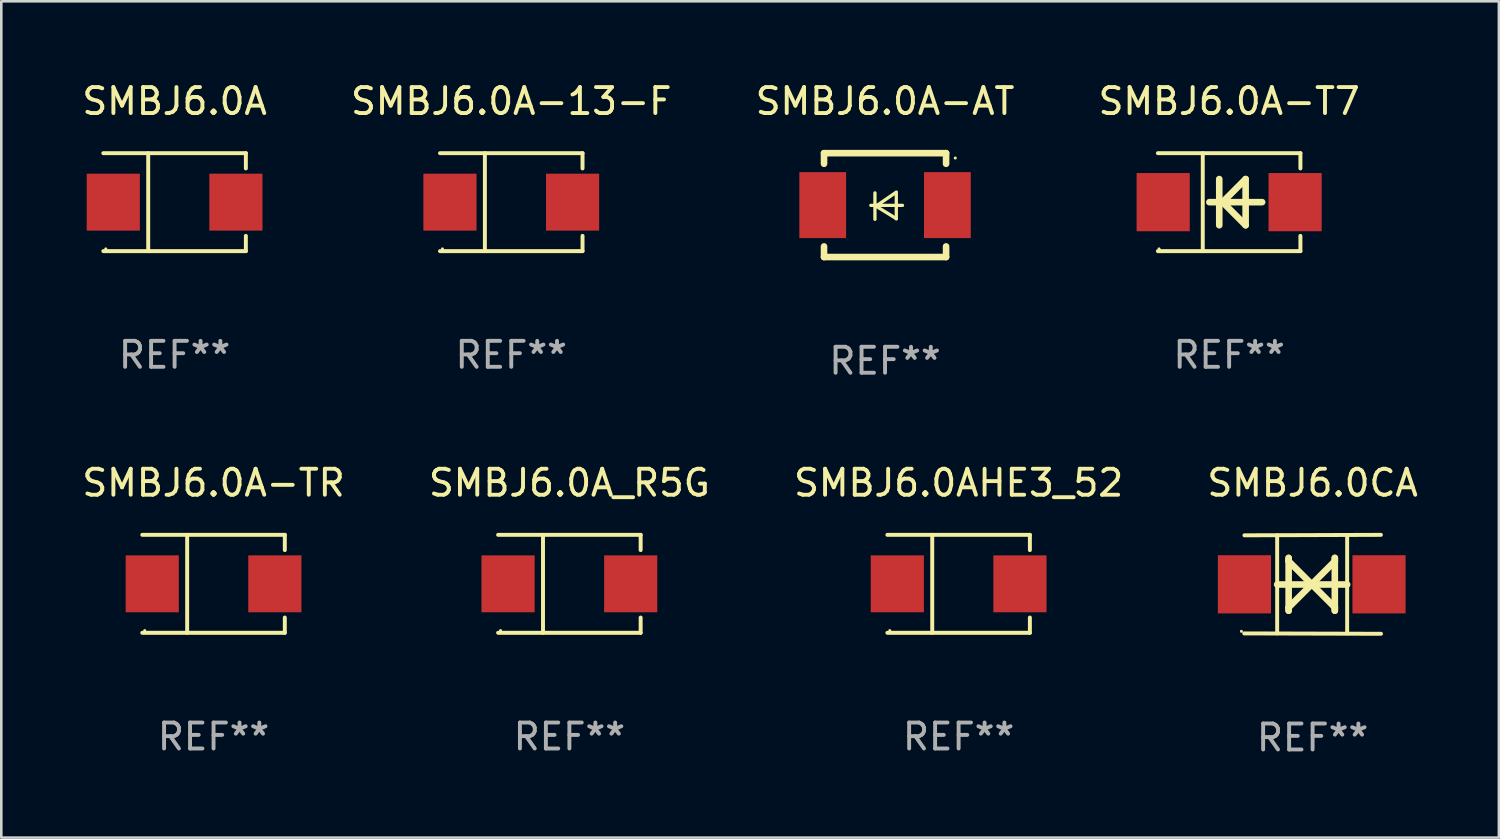
<source format=kicad_pcb>
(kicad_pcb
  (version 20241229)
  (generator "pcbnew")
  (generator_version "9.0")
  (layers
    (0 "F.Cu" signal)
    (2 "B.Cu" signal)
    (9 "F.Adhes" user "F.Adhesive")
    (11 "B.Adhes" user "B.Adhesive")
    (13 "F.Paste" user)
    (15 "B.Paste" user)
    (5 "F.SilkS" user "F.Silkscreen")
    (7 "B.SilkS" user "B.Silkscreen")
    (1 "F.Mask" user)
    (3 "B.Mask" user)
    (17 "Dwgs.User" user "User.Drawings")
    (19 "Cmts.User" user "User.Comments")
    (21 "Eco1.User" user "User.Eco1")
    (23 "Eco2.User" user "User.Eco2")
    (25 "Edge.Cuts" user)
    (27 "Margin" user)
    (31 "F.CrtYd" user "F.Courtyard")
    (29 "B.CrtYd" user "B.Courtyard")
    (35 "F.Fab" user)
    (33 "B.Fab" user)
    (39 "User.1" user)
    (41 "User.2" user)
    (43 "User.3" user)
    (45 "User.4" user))
  (footprint "SMBJ6.0A_R5G"
    (layer "F.Cu")
    (at 18.875 19.431)
    (property "Reference" "SMBJ6.0A_R5G" (at 0 -3.886 0) (layer "F.SilkS") (effects (font (size 1 1) (thickness 0.15))))
    (attr through_hole)
    (fp_line (start -2.744 -1.886) (end 2.744 -1.886) (stroke (width 0.152) (type solid)) (layer "F.SilkS"))
    (fp_line (start -2.744 1.886) (end 2.744 1.886) (stroke (width 0.152) (type solid)) (layer "F.SilkS"))
    (fp_line (start -1.016 -1.886) (end -1.016 1.886) (stroke (width 0.152) (type solid)) (layer "F.SilkS"))
    (fp_line (start 2.744 -1.886) (end 2.744 -1.299) (stroke (width 0.152) (type solid)) (layer "F.SilkS"))
    (fp_line (start 2.744 1.886) (end 2.744 1.299) (stroke (width 0.152) (type solid)) (layer "F.SilkS"))
    (fp_circle (center -2.65 1.8) (end -2.62 1.8) (stroke (width 0.06) (type solid)) (fill no) (layer "F.SilkS"))
    (fp_text user "REF**" (at 0 5.886 0) (layer "F.Fab") (effects (font (size 1 1) (thickness 0.15))))
    (pad "1" smd rect (at -2.361 0) (size 2.047 2.192) (layers "F.Cu" "F.Mask" "F.Paste"))
    (pad "2" smd rect (at 2.361 0) (size 2.047 2.192) (layers "F.Cu" "F.Mask" "F.Paste")))
  (footprint "SMBJ6.0AHE3_52"
    (layer "F.Cu")
    (at 33.863 19.431)
    (property "Reference" "SMBJ6.0AHE3_52" (at 0 -3.886 0) (layer "F.SilkS") (effects (font (size 1 1) (thickness 0.15))))
    (attr through_hole)
    (fp_line (start -2.744 -1.886) (end 2.744 -1.886) (stroke (width 0.152) (type solid)) (layer "F.SilkS"))
    (fp_line (start -2.744 1.886) (end 2.744 1.886) (stroke (width 0.152) (type solid)) (layer "F.SilkS"))
    (fp_line (start -1.016 -1.886) (end -1.016 1.886) (stroke (width 0.152) (type solid)) (layer "F.SilkS"))
    (fp_line (start 2.744 -1.886) (end 2.744 -1.299) (stroke (width 0.152) (type solid)) (layer "F.SilkS"))
    (fp_line (start 2.744 1.886) (end 2.744 1.299) (stroke (width 0.152) (type solid)) (layer "F.SilkS"))
    (fp_circle (center -2.65 1.8) (end -2.62 1.8) (stroke (width 0.06) (type solid)) (fill no) (layer "F.SilkS"))
    (fp_text user "REF**" (at 0 5.886 0) (layer "F.Fab") (effects (font (size 1 1) (thickness 0.15))))
    (pad "1" smd rect (at -2.361 0) (size 2.047 2.192) (layers "F.Cu" "F.Mask" "F.Paste"))
    (pad "2" smd rect (at 2.361 0) (size 2.047 2.192) (layers "F.Cu" "F.Mask" "F.Paste")))
  (footprint "SMBJ6.0CA"
    (layer "F.Cu")
    (at 47.494 19.45)
    (property "Reference" "SMBJ6.0CA" (at 0 -3.905 0) (layer "F.SilkS") (effects (font (size 1 1) (thickness 0.15))))
    (attr through_hole)
    (fp_line (start -1.365 1.886) (end -1.365 -1.886) (stroke (width 0.152) (type solid)) (layer "F.SilkS"))
    (fp_line (start -1.365 0.008) (end 1.33 0.008) (stroke (width 0.254) (type solid)) (layer "F.SilkS"))
    (fp_line (start -0.923 -1.016) (end -0.923 1.016) (stroke (width 0.254) (type solid)) (layer "F.SilkS"))
    (fp_line (start -0.923 -0.889) (end -0.923 -1.016) (stroke (width 0.254) (type solid)) (layer "F.SilkS"))
    (fp_line (start -0.923 0.889) (end -0.034 0) (stroke (width 0.254) (type solid)) (layer "F.SilkS"))
    (fp_line (start -0.923 1.016) (end -0.923 0.889) (stroke (width 0.254) (type solid)) (layer "F.SilkS"))
    (fp_line (start -0.034 0) (end -0.923 -0.889) (stroke (width 0.254) (type solid)) (layer "F.SilkS"))
    (fp_line (start -0.034 0) (end 0.855 0.889) (stroke (width 0.254) (type solid)) (layer "F.SilkS"))
    (fp_line (start 0.855 -1.016) (end 0.855 -0.889) (stroke (width 0.254) (type solid)) (layer "F.SilkS"))
    (fp_line (start 0.855 -0.889) (end -0.034 0) (stroke (width 0.254) (type solid)) (layer "F.SilkS"))
    (fp_line (start 0.855 0.889) (end 0.855 1.016) (stroke (width 0.254) (type solid)) (layer "F.SilkS"))
    (fp_line (start 0.855 1.016) (end 0.855 -1.016) (stroke (width 0.254) (type solid)) (layer "F.SilkS"))
    (fp_line (start 1.33 1.886) (end 1.33 -1.886) (stroke (width 0.152) (type solid)) (layer "F.SilkS"))
    (fp_line (start 2.629 -1.905) (end -2.625 -1.887) (stroke (width 0.152) (type solid)) (layer "F.SilkS"))
    (fp_line (start 2.633 1.905) (end -2.633 1.89) (stroke (width 0.152) (type solid)) (layer "F.SilkS"))
    (fp_circle (center -2.741 1.81) (end -2.711 1.81) (stroke (width 0.06) (type solid)) (fill no) (layer "F.SilkS"))
    (fp_text user "REF**" (at 0 5.905 0) (layer "F.Fab") (effects (font (size 1 1) (thickness 0.15))))
    (pad "1" smd rect (at -2.625 0) (size 2.047 2.241) (layers "F.Cu" "F.Mask" "F.Paste"))
    (pad "2" smd rect (at 2.557 0) (size 2.047 2.241) (layers "F.Cu" "F.Mask" "F.Paste")))
  (footprint "SMBJ6.0A-AT"
    (layer "F.Cu")
    (at 31.03 4.848)
    (property "Reference" "SMBJ6.0A-AT" (at 0 -4 0) (layer "F.SilkS") (effects (font (size 1 1) (thickness 0.15))))
    (attr through_hole)
    (fp_line (start -2.35 -2) (end -2.35 -1.591) (stroke (width 0.254) (type solid)) (layer "F.SilkS"))
    (fp_line (start -2.35 -2) (end 2.35 -2) (stroke (width 0.254) (type solid)) (layer "F.SilkS"))
    (fp_line (start -2.35 1.591) (end -2.35 2) (stroke (width 0.254) (type solid)) (layer "F.SilkS"))
    (fp_line (start -2.35 2) (end 2.35 2) (stroke (width 0.254) (type solid)) (layer "F.SilkS"))
    (fp_line (start -0.548 0.01) (end 0.671 0.01) (stroke (width 0.127) (type solid)) (layer "F.SilkS"))
    (fp_line (start -0.389 -0.47) (end -0.389 0.546) (stroke (width 0.127) (type solid)) (layer "F.SilkS"))
    (fp_line (start -0.35 0.04) (end 0.433 0.52) (stroke (width 0.127) (type solid)) (layer "F.SilkS"))
    (fp_line (start 0.433 -0.5) (end -0.35 0.04) (stroke (width 0.127) (type solid)) (layer "F.SilkS"))
    (fp_line (start 0.433 0.53) (end 0.433 -0.486) (stroke (width 0.127) (type solid)) (layer "F.SilkS"))
    (fp_line (start 2.35 -2) (end 2.35 -1.591) (stroke (width 0.254) (type solid)) (layer "F.SilkS"))
    (fp_line (start 2.35 1.591) (end 2.35 2) (stroke (width 0.254) (type solid)) (layer "F.SilkS"))
    (fp_circle (center 2.704 -1.813) (end 2.734 -1.813) (stroke (width 0.06) (type solid)) (fill no) (layer "F.SilkS"))
    (fp_text user "REF**" (at 0 6 0) (layer "F.Fab") (effects (font (size 1 1) (thickness 0.15))))
    (pad "1" smd rect (at 2.4 0) (size 1.8 2.54) (layers "F.Cu" "F.Mask" "F.Paste"))
    (pad "2" smd rect (at -2.4 0) (size 1.8 2.54) (layers "F.Cu" "F.Mask" "F.Paste")))
  (footprint "SMBJ6.0A-TR"
    (layer "F.Cu")
    (at 5.173 19.431)
    (property "Reference" "SMBJ6.0A-TR" (at 0 -3.886 0) (layer "F.SilkS") (effects (font (size 1 1) (thickness 0.15))))
    (attr through_hole)
    (fp_line (start -2.744 -1.886) (end 2.744 -1.886) (stroke (width 0.152) (type solid)) (layer "F.SilkS"))
    (fp_line (start -2.744 1.886) (end 2.744 1.886) (stroke (width 0.152) (type solid)) (layer "F.SilkS"))
    (fp_line (start -1.016 -1.886) (end -1.016 1.886) (stroke (width 0.152) (type solid)) (layer "F.SilkS"))
    (fp_line (start 2.744 -1.886) (end 2.744 -1.299) (stroke (width 0.152) (type solid)) (layer "F.SilkS"))
    (fp_line (start 2.744 1.886) (end 2.744 1.299) (stroke (width 0.152) (type solid)) (layer "F.SilkS"))
    (fp_circle (center -2.65 1.8) (end -2.62 1.8) (stroke (width 0.06) (type solid)) (fill no) (layer "F.SilkS"))
    (fp_text user "REF**" (at 0 5.886 0) (layer "F.Fab") (effects (font (size 1 1) (thickness 0.15))))
    (pad "1" smd rect (at -2.361 0) (size 2.047 2.192) (layers "F.Cu" "F.Mask" "F.Paste"))
    (pad "2" smd rect (at 2.361 0) (size 2.047 2.192) (layers "F.Cu" "F.Mask" "F.Paste")))
  (footprint "SMBJ6.0A"
    (layer "F.Cu")
    (at 3.673 4.734)
    (property "Reference" "SMBJ6.0A" (at 0 -3.886 0) (layer "F.SilkS") (effects (font (size 1 1) (thickness 0.15))))
    (attr through_hole)
    (fp_line (start -2.744 -1.886) (end 2.744 -1.886) (stroke (width 0.152) (type solid)) (layer "F.SilkS"))
    (fp_line (start -2.744 1.886) (end 2.744 1.886) (stroke (width 0.152) (type solid)) (layer "F.SilkS"))
    (fp_line (start -1.016 -1.886) (end -1.016 1.886) (stroke (width 0.152) (type solid)) (layer "F.SilkS"))
    (fp_line (start 2.744 -1.886) (end 2.744 -1.299) (stroke (width 0.152) (type solid)) (layer "F.SilkS"))
    (fp_line (start 2.744 1.886) (end 2.744 1.299) (stroke (width 0.152) (type solid)) (layer "F.SilkS"))
    (fp_circle (center -2.65 1.8) (end -2.62 1.8) (stroke (width 0.06) (type solid)) (fill no) (layer "F.SilkS"))
    (fp_text user "REF**" (at 0 5.886 0) (layer "F.Fab") (effects (font (size 1 1) (thickness 0.15))))
    (pad "1" smd rect (at -2.361 0) (size 2.047 2.192) (layers "F.Cu" "F.Mask" "F.Paste"))
    (pad "2" smd rect (at 2.361 0) (size 2.047 2.192) (layers "F.Cu" "F.Mask" "F.Paste")))
  (footprint "SMBJ6.0A-T7"
    (layer "F.Cu")
    (at 44.28 4.734)
    (property "Reference" "SMBJ6.0A-T7" (at 0 -3.886 0) (layer "F.SilkS") (effects (font (size 1 1) (thickness 0.15))))
    (attr through_hole)
    (fp_line (start -2.744 -1.886) (end 2.744 -1.886) (stroke (width 0.152) (type solid)) (layer "F.SilkS"))
    (fp_line (start -2.744 1.886) (end 2.744 1.886) (stroke (width 0.152) (type solid)) (layer "F.SilkS"))
    (fp_line (start -1.016 -1.886) (end -1.016 1.886) (stroke (width 0.152) (type solid)) (layer "F.SilkS"))
    (fp_line (start -0.381 -0.889) (end -0.381 0.889) (stroke (width 0.254) (type solid)) (layer "F.SilkS"))
    (fp_line (start -0.366 0) (end -0.254 0) (stroke (width 0.254) (type solid)) (layer "F.SilkS"))
    (fp_line (start -0.254 0) (end -0.328 0) (stroke (width 0.254) (type solid)) (layer "F.SilkS"))
    (fp_line (start -0.254 0) (end 0.635 -0.889) (stroke (width 0.254) (type solid)) (layer "F.SilkS"))
    (fp_line (start 0.635 -0.889) (end 0.635 0.889) (stroke (width 0.254) (type solid)) (layer "F.SilkS"))
    (fp_line (start 0.635 0.889) (end -0.254 0) (stroke (width 0.254) (type solid)) (layer "F.SilkS"))
    (fp_line (start 1.27 0) (end -0.762 0) (stroke (width 0.254) (type solid)) (layer "F.SilkS"))
    (fp_line (start 2.744 -1.886) (end 2.744 -1.299) (stroke (width 0.152) (type solid)) (layer "F.SilkS"))
    (fp_line (start 2.744 1.886) (end 2.744 1.299) (stroke (width 0.152) (type solid)) (layer "F.SilkS"))
    (fp_circle (center -2.698 1.8) (end -2.668 1.8) (stroke (width 0.06) (type solid)) (fill no) (layer "F.SilkS"))
    (fp_text user "REF**" (at 0 5.886 0) (layer "F.Fab") (effects (font (size 1 1) (thickness 0.15))))
    (pad "1" smd rect (at -2.54 0) (size 2.047 2.241) (layers "F.Cu" "F.Mask" "F.Paste"))
    (pad "2" smd rect (at 2.54 0) (size 2.047 2.241) (layers "F.Cu" "F.Mask" "F.Paste")))
  (footprint "SMBJ6.0A-13-F"
    (layer "F.Cu")
    (at 16.637 4.734)
    (property "Reference" "SMBJ6.0A-13-F" (at 0 -3.886 0) (layer "F.SilkS") (effects (font (size 1 1) (thickness 0.15))))
    (attr through_hole)
    (fp_line (start -2.744 -1.886) (end 2.744 -1.886) (stroke (width 0.152) (type solid)) (layer "F.SilkS"))
    (fp_line (start -2.744 1.886) (end 2.744 1.886) (stroke (width 0.152) (type solid)) (layer "F.SilkS"))
    (fp_line (start -1.016 -1.886) (end -1.016 1.886) (stroke (width 0.152) (type solid)) (layer "F.SilkS"))
    (fp_line (start 2.744 -1.886) (end 2.744 -1.299) (stroke (width 0.152) (type solid)) (layer "F.SilkS"))
    (fp_line (start 2.744 1.886) (end 2.744 1.299) (stroke (width 0.152) (type solid)) (layer "F.SilkS"))
    (fp_circle (center -2.65 1.8) (end -2.62 1.8) (stroke (width 0.06) (type solid)) (fill no) (layer "F.SilkS"))
    (fp_text user "REF**" (at 0 5.886 0) (layer "F.Fab") (effects (font (size 1 1) (thickness 0.15))))
    (pad "1" smd rect (at -2.361 0) (size 2.047 2.192) (layers "F.Cu" "F.Mask" "F.Paste"))
    (pad "2" smd rect (at 2.361 0) (size 2.047 2.192) (layers "F.Cu" "F.Mask" "F.Paste")))
  (gr_rect
    (start -3 -3)
    (end 54.667 29.203)
    (stroke (width 0.1) (type default))
    (fill no)
    (layer "Edge.Cuts")))
</source>
